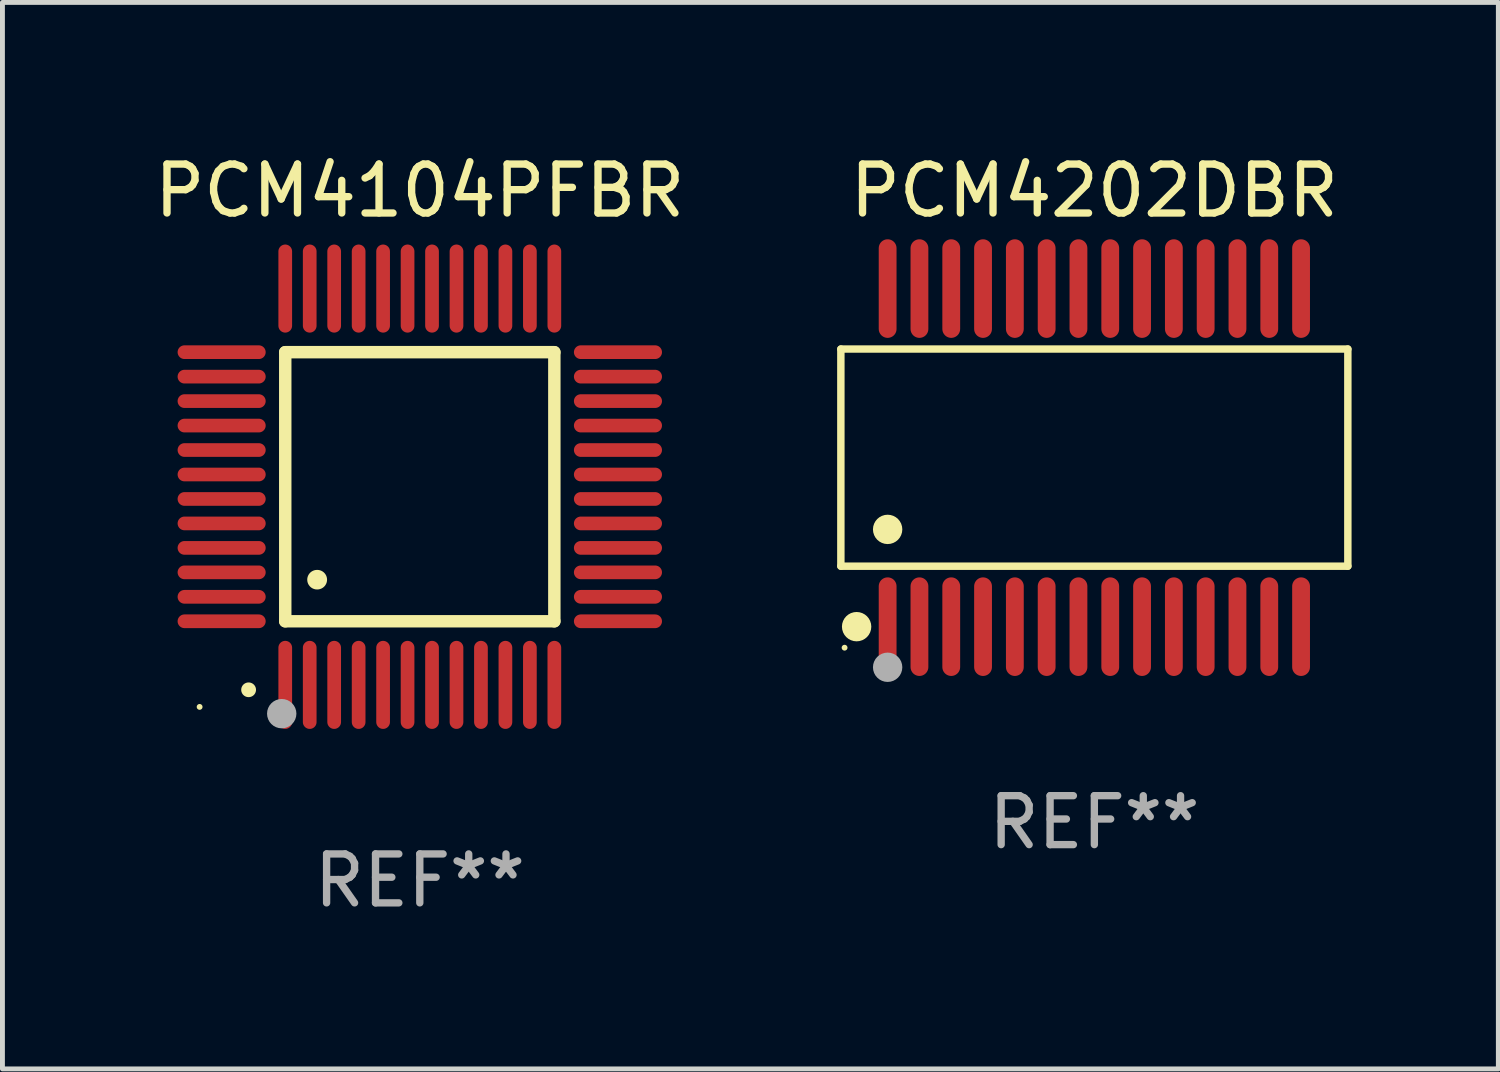
<source format=kicad_pcb>
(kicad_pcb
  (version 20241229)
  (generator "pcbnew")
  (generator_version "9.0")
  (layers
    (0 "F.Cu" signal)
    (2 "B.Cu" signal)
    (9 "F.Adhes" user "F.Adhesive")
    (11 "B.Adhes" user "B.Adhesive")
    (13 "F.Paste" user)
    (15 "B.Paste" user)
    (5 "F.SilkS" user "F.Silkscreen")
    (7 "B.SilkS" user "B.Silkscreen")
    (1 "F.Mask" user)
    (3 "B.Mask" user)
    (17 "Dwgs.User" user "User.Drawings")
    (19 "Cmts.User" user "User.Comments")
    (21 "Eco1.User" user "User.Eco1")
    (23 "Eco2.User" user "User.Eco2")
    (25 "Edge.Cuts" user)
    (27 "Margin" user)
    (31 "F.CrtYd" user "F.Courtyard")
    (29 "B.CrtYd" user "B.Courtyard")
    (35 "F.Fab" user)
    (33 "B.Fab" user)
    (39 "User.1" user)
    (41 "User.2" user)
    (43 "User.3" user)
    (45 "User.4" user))
  (footprint "PCM4104PFBR"
    (layer "F.Cu")
    (at 5.53 6.898)
    (property "Reference" "PCM4104PFBR" (at 0 -6.05 0) (layer "F.SilkS") (effects (font (size 1 1) (thickness 0.15))))
    (attr through_hole)
    (fp_line (start -2.75 -2.75) (end 2.75 -2.75) (stroke (width 0.254) (type solid)) (layer "F.SilkS"))
    (fp_line (start -2.75 2.75) (end -2.75 -2.75) (stroke (width 0.254) (type solid)) (layer "F.SilkS"))
    (fp_line (start 2.75 -2.75) (end 2.75 2.75) (stroke (width 0.254) (type solid)) (layer "F.SilkS"))
    (fp_line (start 2.75 2.75) (end -2.75 2.75) (stroke (width 0.254) (type solid)) (layer "F.SilkS"))
    (fp_arc (start -3.500127 4.150368) (mid -3.498857 4.150363) (end -3.497587 4.150368) (stroke (width 0.3) (type solid)) (layer "F.SilkS"))
    (fp_arc (start -2.100584 1.899924) (mid -2.098044 1.899908) (end -2.095504 1.899924) (stroke (width 0.4) (type solid)) (layer "F.SilkS"))
    (fp_circle (center -4.5 4.5) (end -4.47 4.5) (stroke (width 0.06) (type solid)) (fill no) (layer "F.SilkS"))
    (fp_circle (center -2.822 4.638) (end -2.672 4.638) (stroke (width 0.3) (type solid)) (fill no) (layer "F.Fab"))
    (fp_text user "REF**" (at 0 8.05 0) (layer "F.Fab") (effects (font (size 1 1) (thickness 0.15))))
    (pad "1" smd oval (at -2.75 4.05) (size 0.28 1.8) (layers "F.Cu" "F.Mask" "F.Paste"))
    (pad "2" smd oval (at -2.25 4.05) (size 0.28 1.8) (layers "F.Cu" "F.Mask" "F.Paste"))
    (pad "3" smd oval (at -1.75 4.05) (size 0.28 1.8) (layers "F.Cu" "F.Mask" "F.Paste"))
    (pad "4" smd oval (at -1.25 4.05) (size 0.28 1.8) (layers "F.Cu" "F.Mask" "F.Paste"))
    (pad "5" smd oval (at -0.75 4.05) (size 0.28 1.8) (layers "F.Cu" "F.Mask" "F.Paste"))
    (pad "6" smd oval (at -0.25 4.05) (size 0.28 1.8) (layers "F.Cu" "F.Mask" "F.Paste"))
    (pad "7" smd oval (at 0.25 4.05) (size 0.28 1.8) (layers "F.Cu" "F.Mask" "F.Paste"))
    (pad "8" smd oval (at 0.75 4.05) (size 0.28 1.8) (layers "F.Cu" "F.Mask" "F.Paste"))
    (pad "9" smd oval (at 1.25 4.05) (size 0.28 1.8) (layers "F.Cu" "F.Mask" "F.Paste"))
    (pad "10" smd oval (at 1.75 4.05) (size 0.28 1.8) (layers "F.Cu" "F.Mask" "F.Paste"))
    (pad "11" smd oval (at 2.25 4.05) (size 0.28 1.8) (layers "F.Cu" "F.Mask" "F.Paste"))
    (pad "12" smd oval (at 2.75 4.05) (size 0.28 1.8) (layers "F.Cu" "F.Mask" "F.Paste"))
    (pad "13" smd oval (at 4.05 2.75) (size 1.8 0.28) (layers "F.Cu" "F.Mask" "F.Paste"))
    (pad "14" smd oval (at 4.05 2.25) (size 1.8 0.28) (layers "F.Cu" "F.Mask" "F.Paste"))
    (pad "15" smd oval (at 4.05 1.75) (size 1.8 0.28) (layers "F.Cu" "F.Mask" "F.Paste"))
    (pad "16" smd oval (at 4.05 1.25) (size 1.8 0.28) (layers "F.Cu" "F.Mask" "F.Paste"))
    (pad "17" smd oval (at 4.05 0.75) (size 1.8 0.28) (layers "F.Cu" "F.Mask" "F.Paste"))
    (pad "18" smd oval (at 4.05 0.25) (size 1.8 0.28) (layers "F.Cu" "F.Mask" "F.Paste"))
    (pad "19" smd oval (at 4.05 -0.25) (size 1.8 0.28) (layers "F.Cu" "F.Mask" "F.Paste"))
    (pad "20" smd oval (at 4.05 -0.75) (size 1.8 0.28) (layers "F.Cu" "F.Mask" "F.Paste"))
    (pad "21" smd oval (at 4.05 -1.25) (size 1.8 0.28) (layers "F.Cu" "F.Mask" "F.Paste"))
    (pad "22" smd oval (at 4.05 -1.75) (size 1.8 0.28) (layers "F.Cu" "F.Mask" "F.Paste"))
    (pad "23" smd oval (at 4.05 -2.25) (size 1.8 0.28) (layers "F.Cu" "F.Mask" "F.Paste"))
    (pad "24" smd oval (at 4.05 -2.75) (size 1.8 0.28) (layers "F.Cu" "F.Mask" "F.Paste"))
    (pad "25" smd oval (at 2.75 -4.05) (size 0.28 1.8) (layers "F.Cu" "F.Mask" "F.Paste"))
    (pad "26" smd oval (at 2.25 -4.05) (size 0.28 1.8) (layers "F.Cu" "F.Mask" "F.Paste"))
    (pad "27" smd oval (at 1.75 -4.05) (size 0.28 1.8) (layers "F.Cu" "F.Mask" "F.Paste"))
    (pad "28" smd oval (at 1.25 -4.05) (size 0.28 1.8) (layers "F.Cu" "F.Mask" "F.Paste"))
    (pad "29" smd oval (at 0.75 -4.05) (size 0.28 1.8) (layers "F.Cu" "F.Mask" "F.Paste"))
    (pad "30" smd oval (at 0.25 -4.05) (size 0.28 1.8) (layers "F.Cu" "F.Mask" "F.Paste"))
    (pad "31" smd oval (at -0.25 -4.05) (size 0.28 1.8) (layers "F.Cu" "F.Mask" "F.Paste"))
    (pad "32" smd oval (at -0.75 -4.05) (size 0.28 1.8) (layers "F.Cu" "F.Mask" "F.Paste"))
    (pad "33" smd oval (at -1.25 -4.05) (size 0.28 1.8) (layers "F.Cu" "F.Mask" "F.Paste"))
    (pad "34" smd oval (at -1.75 -4.05) (size 0.28 1.8) (layers "F.Cu" "F.Mask" "F.Paste"))
    (pad "35" smd oval (at -2.25 -4.05) (size 0.28 1.8) (layers "F.Cu" "F.Mask" "F.Paste"))
    (pad "36" smd oval (at -2.75 -4.05) (size 0.28 1.8) (layers "F.Cu" "F.Mask" "F.Paste"))
    (pad "37" smd oval (at -4.05 -2.75) (size 1.8 0.28) (layers "F.Cu" "F.Mask" "F.Paste"))
    (pad "38" smd oval (at -4.05 -2.25) (size 1.8 0.28) (layers "F.Cu" "F.Mask" "F.Paste"))
    (pad "39" smd oval (at -4.05 -1.75) (size 1.8 0.28) (layers "F.Cu" "F.Mask" "F.Paste"))
    (pad "40" smd oval (at -4.05 -1.25) (size 1.8 0.28) (layers "F.Cu" "F.Mask" "F.Paste"))
    (pad "41" smd oval (at -4.05 -0.75) (size 1.8 0.28) (layers "F.Cu" "F.Mask" "F.Paste"))
    (pad "42" smd oval (at -4.05 -0.25) (size 1.8 0.28) (layers "F.Cu" "F.Mask" "F.Paste"))
    (pad "43" smd oval (at -4.05 0.25) (size 1.8 0.28) (layers "F.Cu" "F.Mask" "F.Paste"))
    (pad "44" smd oval (at -4.05 0.75) (size 1.8 0.28) (layers "F.Cu" "F.Mask" "F.Paste"))
    (pad "45" smd oval (at -4.05 1.25) (size 1.8 0.28) (layers "F.Cu" "F.Mask" "F.Paste"))
    (pad "46" smd oval (at -4.05 1.75) (size 1.8 0.28) (layers "F.Cu" "F.Mask" "F.Paste"))
    (pad "47" smd oval (at -4.05 2.25) (size 1.8 0.28) (layers "F.Cu" "F.Mask" "F.Paste"))
    (pad "48" smd oval (at -4.05 2.75) (size 1.8 0.28) (layers "F.Cu" "F.Mask" "F.Paste")))
  (footprint "PCM4202DBR"
    (layer "F.Cu")
    (at 19.317 6.303)
    (property "Reference" "PCM4202DBR" (at 0 -5.455 0) (layer "F.SilkS") (effects (font (size 1 1) (thickness 0.15))))
    (attr through_hole)
    (fp_line (start -5.181 -2.219) (end 5.181 -2.219) (stroke (width 0.152) (type solid)) (layer "F.SilkS"))
    (fp_line (start -5.181 2.219) (end -5.181 -2.219) (stroke (width 0.152) (type solid)) (layer "F.SilkS"))
    (fp_line (start 5.181 -2.219) (end 5.181 2.219) (stroke (width 0.152) (type solid)) (layer "F.SilkS"))
    (fp_line (start 5.181 2.219) (end -5.181 2.219) (stroke (width 0.152) (type solid)) (layer "F.SilkS"))
    (fp_circle (center -5.105 3.885) (end -5.075 3.885) (stroke (width 0.06) (type solid)) (fill no) (layer "F.SilkS"))
    (fp_circle (center -4.859 3.455) (end -4.709 3.455) (stroke (width 0.3) (type solid)) (fill no) (layer "F.SilkS"))
    (fp_circle (center -4.225 1.467) (end -4.075 1.467) (stroke (width 0.3) (type solid)) (fill no) (layer "F.SilkS"))
    (fp_circle (center -4.225 4.285) (end -4.075 4.285) (stroke (width 0.3) (type solid)) (fill no) (layer "F.Fab"))
    (fp_text user "REF**" (at 0 7.455 0) (layer "F.Fab") (effects (font (size 1 1) (thickness 0.15))))
    (pad "1" smd oval (at -4.225 3.455) (size 0.364 2.015) (layers "F.Cu" "F.Mask" "F.Paste"))
    (pad "2" smd oval (at -3.575 3.455) (size 0.364 2.015) (layers "F.Cu" "F.Mask" "F.Paste"))
    (pad "3" smd oval (at -2.925 3.455) (size 0.364 2.015) (layers "F.Cu" "F.Mask" "F.Paste"))
    (pad "4" smd oval (at -2.275 3.455) (size 0.364 2.015) (layers "F.Cu" "F.Mask" "F.Paste"))
    (pad "5" smd oval (at -1.625 3.455) (size 0.364 2.015) (layers "F.Cu" "F.Mask" "F.Paste"))
    (pad "6" smd oval (at -0.975 3.455) (size 0.364 2.015) (layers "F.Cu" "F.Mask" "F.Paste"))
    (pad "7" smd oval (at -0.325 3.455) (size 0.364 2.015) (layers "F.Cu" "F.Mask" "F.Paste"))
    (pad "8" smd oval (at 0.325 3.455) (size 0.364 2.015) (layers "F.Cu" "F.Mask" "F.Paste"))
    (pad "9" smd oval (at 0.975 3.455) (size 0.364 2.015) (layers "F.Cu" "F.Mask" "F.Paste"))
    (pad "10" smd oval (at 1.625 3.455) (size 0.364 2.015) (layers "F.Cu" "F.Mask" "F.Paste"))
    (pad "11" smd oval (at 2.275 3.455) (size 0.364 2.015) (layers "F.Cu" "F.Mask" "F.Paste"))
    (pad "12" smd oval (at 2.925 3.455) (size 0.364 2.015) (layers "F.Cu" "F.Mask" "F.Paste"))
    (pad "13" smd oval (at 3.575 3.455) (size 0.364 2.015) (layers "F.Cu" "F.Mask" "F.Paste"))
    (pad "14" smd oval (at 4.225 3.455) (size 0.364 2.015) (layers "F.Cu" "F.Mask" "F.Paste"))
    (pad "15" smd oval (at 4.225 -3.455) (size 0.364 2.015) (layers "F.Cu" "F.Mask" "F.Paste"))
    (pad "16" smd oval (at 3.575 -3.455) (size 0.364 2.015) (layers "F.Cu" "F.Mask" "F.Paste"))
    (pad "17" smd oval (at 2.925 -3.455) (size 0.364 2.015) (layers "F.Cu" "F.Mask" "F.Paste"))
    (pad "18" smd oval (at 2.275 -3.455) (size 0.364 2.015) (layers "F.Cu" "F.Mask" "F.Paste"))
    (pad "19" smd oval (at 1.625 -3.455) (size 0.364 2.015) (layers "F.Cu" "F.Mask" "F.Paste"))
    (pad "20" smd oval (at 0.975 -3.455) (size 0.364 2.015) (layers "F.Cu" "F.Mask" "F.Paste"))
    (pad "21" smd oval (at 0.325 -3.455) (size 0.364 2.015) (layers "F.Cu" "F.Mask" "F.Paste"))
    (pad "22" smd oval (at -0.325 -3.455) (size 0.364 2.015) (layers "F.Cu" "F.Mask" "F.Paste"))
    (pad "23" smd oval (at -0.975 -3.455) (size 0.364 2.015) (layers "F.Cu" "F.Mask" "F.Paste"))
    (pad "24" smd oval (at -1.625 -3.455) (size 0.364 2.015) (layers "F.Cu" "F.Mask" "F.Paste"))
    (pad "25" smd oval (at -2.275 -3.455) (size 0.364 2.015) (layers "F.Cu" "F.Mask" "F.Paste"))
    (pad "26" smd oval (at -2.925 -3.455) (size 0.364 2.015) (layers "F.Cu" "F.Mask" "F.Paste"))
    (pad "27" smd oval (at -3.575 -3.455) (size 0.364 2.015) (layers "F.Cu" "F.Mask" "F.Paste"))
    (pad "28" smd oval (at -4.225 -3.455) (size 0.364 2.015) (layers "F.Cu" "F.Mask" "F.Paste")))
  (gr_rect
    (start -3 -3)
    (end 27.574 18.797)
    (stroke (width 0.1) (type default))
    (fill no)
    (layer "Edge.Cuts")))
</source>
